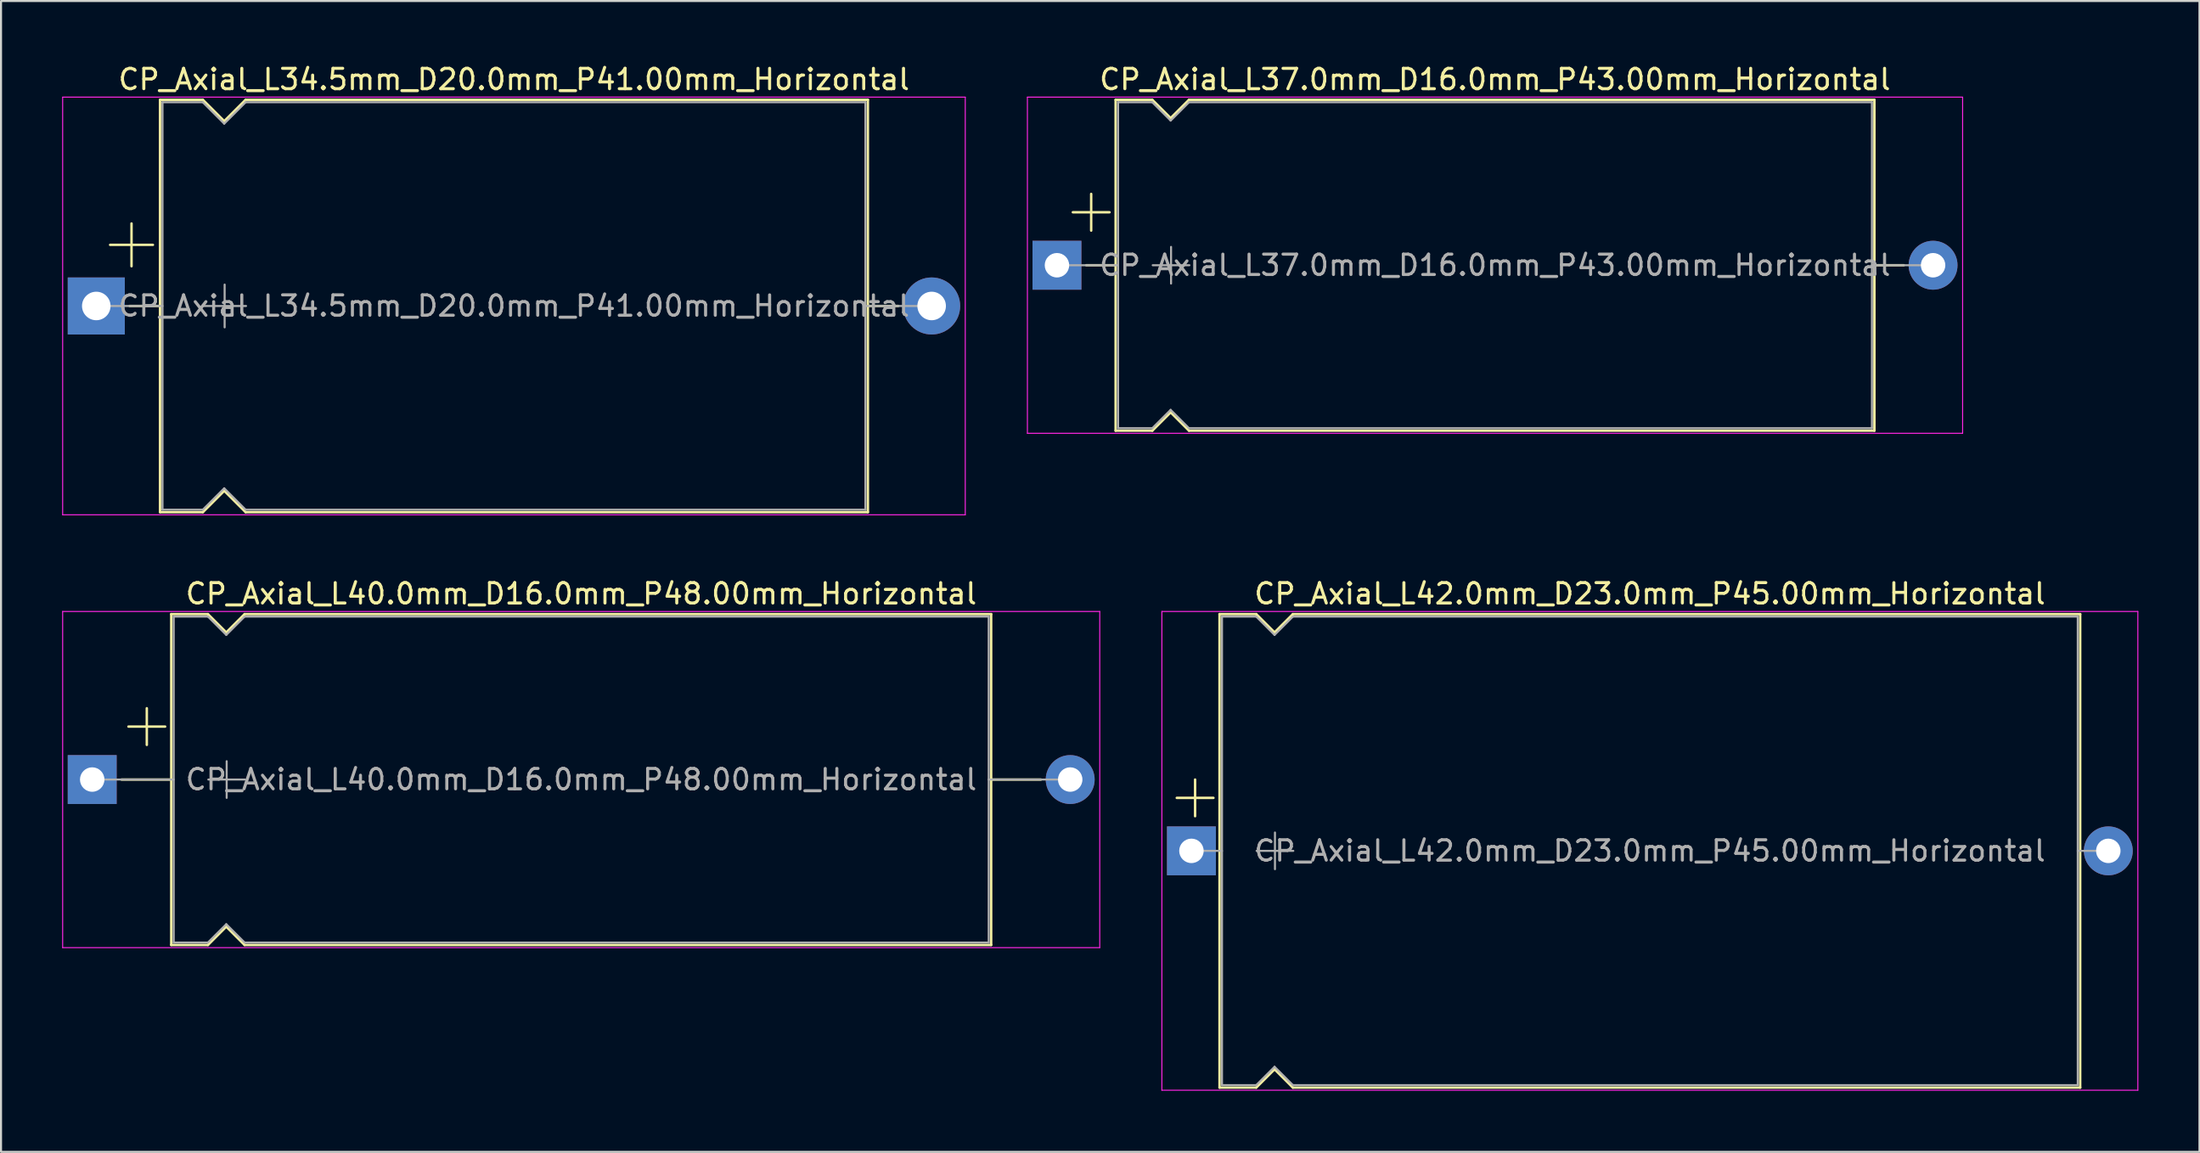
<source format=kicad_pcb>
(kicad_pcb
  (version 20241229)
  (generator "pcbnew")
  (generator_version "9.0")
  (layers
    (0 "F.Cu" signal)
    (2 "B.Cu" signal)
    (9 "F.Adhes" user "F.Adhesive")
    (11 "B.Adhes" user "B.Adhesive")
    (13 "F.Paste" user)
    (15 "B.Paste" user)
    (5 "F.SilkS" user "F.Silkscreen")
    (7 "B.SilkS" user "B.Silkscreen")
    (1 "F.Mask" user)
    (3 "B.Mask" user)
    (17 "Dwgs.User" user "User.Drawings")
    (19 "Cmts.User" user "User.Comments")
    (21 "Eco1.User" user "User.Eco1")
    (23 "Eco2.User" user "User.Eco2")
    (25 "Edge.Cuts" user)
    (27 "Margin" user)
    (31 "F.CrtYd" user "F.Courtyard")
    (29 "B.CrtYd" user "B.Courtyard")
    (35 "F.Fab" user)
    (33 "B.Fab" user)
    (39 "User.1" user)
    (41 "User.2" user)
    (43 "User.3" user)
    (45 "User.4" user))
  (footprint "CP_Axial_L42.0mm_D23.0mm_P45.00mm_Horizontal"
    (layer "F.Cu")
    (at 55.425 38.712)
    (property "Reference" "CP_Axial_L42.0mm_D23.0mm_P45.00mm_Horizontal" (at 22.5 -12.62 0) (layer "F.SilkS") (effects (font (size 1 1) (thickness 0.15))))
    (attr through_hole)
    (fp_line (start -0.72 -2.6) (end 1.08 -2.6) (stroke (width 0.12) (type solid)) (layer "F.SilkS"))
    (fp_line (start 0.18 -3.5) (end 0.18 -1.7) (stroke (width 0.12) (type solid)) (layer "F.SilkS"))
    (fp_line (start 1.38 -11.62) (end 1.38 11.62) (stroke (width 0.12) (type solid)) (layer "F.SilkS"))
    (fp_line (start 1.38 -11.62) (end 3.18 -11.62) (stroke (width 0.12) (type solid)) (layer "F.SilkS"))
    (fp_line (start 1.38 11.62) (end 3.18 11.62) (stroke (width 0.12) (type solid)) (layer "F.SilkS"))
    (fp_line (start 3.18 -11.62) (end 4.08 -10.72) (stroke (width 0.12) (type solid)) (layer "F.SilkS"))
    (fp_line (start 3.18 11.62) (end 4.08 10.72) (stroke (width 0.12) (type solid)) (layer "F.SilkS"))
    (fp_line (start 4.08 -10.72) (end 4.98 -11.62) (stroke (width 0.12) (type solid)) (layer "F.SilkS"))
    (fp_line (start 4.08 10.72) (end 4.98 11.62) (stroke (width 0.12) (type solid)) (layer "F.SilkS"))
    (fp_line (start 4.98 -11.62) (end 43.62 -11.62) (stroke (width 0.12) (type solid)) (layer "F.SilkS"))
    (fp_line (start 4.98 11.62) (end 43.62 11.62) (stroke (width 0.12) (type solid)) (layer "F.SilkS"))
    (fp_line (start 43.62 -11.62) (end 43.62 11.62) (stroke (width 0.12) (type solid)) (layer "F.SilkS"))
    (fp_line (start -1.45 -11.75) (end -1.45 11.75) (stroke (width 0.05) (type solid)) (layer "F.CrtYd"))
    (fp_line (start -1.45 11.75) (end 46.45 11.75) (stroke (width 0.05) (type solid)) (layer "F.CrtYd"))
    (fp_line (start 46.45 -11.75) (end -1.45 -11.75) (stroke (width 0.05) (type solid)) (layer "F.CrtYd"))
    (fp_line (start 46.45 11.75) (end 46.45 -11.75) (stroke (width 0.05) (type solid)) (layer "F.CrtYd"))
    (fp_line (start 0 0) (end 1.5 0) (stroke (width 0.1) (type solid)) (layer "F.Fab"))
    (fp_line (start 1.5 -11.5) (end 1.5 11.5) (stroke (width 0.1) (type solid)) (layer "F.Fab"))
    (fp_line (start 1.5 -11.5) (end 3.18 -11.5) (stroke (width 0.1) (type solid)) (layer "F.Fab"))
    (fp_line (start 1.5 11.5) (end 3.18 11.5) (stroke (width 0.1) (type solid)) (layer "F.Fab"))
    (fp_line (start 3.18 -11.5) (end 4.08 -10.6) (stroke (width 0.1) (type solid)) (layer "F.Fab"))
    (fp_line (start 3.18 11.5) (end 4.08 10.6) (stroke (width 0.1) (type solid)) (layer "F.Fab"))
    (fp_line (start 3.2 0) (end 5 0) (stroke (width 0.1) (type solid)) (layer "F.Fab"))
    (fp_line (start 4.08 -10.6) (end 4.98 -11.5) (stroke (width 0.1) (type solid)) (layer "F.Fab"))
    (fp_line (start 4.08 10.6) (end 4.98 11.5) (stroke (width 0.1) (type solid)) (layer "F.Fab"))
    (fp_line (start 4.1 -0.9) (end 4.1 0.9) (stroke (width 0.1) (type solid)) (layer "F.Fab"))
    (fp_line (start 4.98 -11.5) (end 43.5 -11.5) (stroke (width 0.1) (type solid)) (layer "F.Fab"))
    (fp_line (start 4.98 11.5) (end 43.5 11.5) (stroke (width 0.1) (type solid)) (layer "F.Fab"))
    (fp_line (start 43.5 -11.5) (end 43.5 11.5) (stroke (width 0.1) (type solid)) (layer "F.Fab"))
    (fp_line (start 45 0) (end 43.5 0) (stroke (width 0.1) (type solid)) (layer "F.Fab"))
    (fp_text user "${REFERENCE}" (at 22.5 0 0) (layer "F.Fab") (effects (font (size 1 1) (thickness 0.15))))
    (pad "1" thru_hole rect (at 0 0) (size 2.4 2.4) (drill 1.2) (layers "*.Cu" "*.Mask"))
    (pad "2" thru_hole oval (at 45 0) (size 2.4 2.4) (drill 1.2) (layers "*.Cu" "*.Mask")))
  (footprint "CP_Axial_L34.5mm_D20.0mm_P41.00mm_Horizontal"
    (layer "F.Cu")
    (at 1.675 11.968)
    (property "Reference" "CP_Axial_L34.5mm_D20.0mm_P41.00mm_Horizontal" (at 20.5 -11.12 0) (layer "F.SilkS") (effects (font (size 1 1) (thickness 0.15))))
    (attr through_hole)
    (fp_line (start 0.68 -3) (end 2.78 -3) (stroke (width 0.12) (type solid)) (layer "F.SilkS"))
    (fp_line (start 1.64 0) (end 3.13 0) (stroke (width 0.12) (type solid)) (layer "F.SilkS"))
    (fp_line (start 1.73 -4.05) (end 1.73 -1.95) (stroke (width 0.12) (type solid)) (layer "F.SilkS"))
    (fp_line (start 3.13 -10.12) (end 3.13 10.12) (stroke (width 0.12) (type solid)) (layer "F.SilkS"))
    (fp_line (start 3.13 -10.12) (end 5.23 -10.12) (stroke (width 0.12) (type solid)) (layer "F.SilkS"))
    (fp_line (start 3.13 10.12) (end 5.23 10.12) (stroke (width 0.12) (type solid)) (layer "F.SilkS"))
    (fp_line (start 5.23 -10.12) (end 6.28 -9.07) (stroke (width 0.12) (type solid)) (layer "F.SilkS"))
    (fp_line (start 5.23 10.12) (end 6.28 9.07) (stroke (width 0.12) (type solid)) (layer "F.SilkS"))
    (fp_line (start 6.28 -9.07) (end 7.33 -10.12) (stroke (width 0.12) (type solid)) (layer "F.SilkS"))
    (fp_line (start 6.28 9.07) (end 7.33 10.12) (stroke (width 0.12) (type solid)) (layer "F.SilkS"))
    (fp_line (start 7.33 -10.12) (end 37.87 -10.12) (stroke (width 0.12) (type solid)) (layer "F.SilkS"))
    (fp_line (start 7.33 10.12) (end 37.87 10.12) (stroke (width 0.12) (type solid)) (layer "F.SilkS"))
    (fp_line (start 37.87 -10.12) (end 37.87 10.12) (stroke (width 0.12) (type solid)) (layer "F.SilkS"))
    (fp_line (start 39.36 0) (end 37.87 0) (stroke (width 0.12) (type solid)) (layer "F.SilkS"))
    (fp_line (start -1.65 -10.25) (end -1.65 10.25) (stroke (width 0.05) (type solid)) (layer "F.CrtYd"))
    (fp_line (start -1.65 10.25) (end 42.65 10.25) (stroke (width 0.05) (type solid)) (layer "F.CrtYd"))
    (fp_line (start 42.65 -10.25) (end -1.65 -10.25) (stroke (width 0.05) (type solid)) (layer "F.CrtYd"))
    (fp_line (start 42.65 10.25) (end 42.65 -10.25) (stroke (width 0.05) (type solid)) (layer "F.CrtYd"))
    (fp_line (start 0 0) (end 3.25 0) (stroke (width 0.1) (type solid)) (layer "F.Fab"))
    (fp_line (start 3.25 -10) (end 3.25 10) (stroke (width 0.1) (type solid)) (layer "F.Fab"))
    (fp_line (start 3.25 -10) (end 5.23 -10) (stroke (width 0.1) (type solid)) (layer "F.Fab"))
    (fp_line (start 3.25 10) (end 5.23 10) (stroke (width 0.1) (type solid)) (layer "F.Fab"))
    (fp_line (start 5.23 -10) (end 6.28 -8.95) (stroke (width 0.1) (type solid)) (layer "F.Fab"))
    (fp_line (start 5.23 10) (end 6.28 8.95) (stroke (width 0.1) (type solid)) (layer "F.Fab"))
    (fp_line (start 5.25 0) (end 7.35 0) (stroke (width 0.1) (type solid)) (layer "F.Fab"))
    (fp_line (start 6.28 -8.95) (end 7.33 -10) (stroke (width 0.1) (type solid)) (layer "F.Fab"))
    (fp_line (start 6.28 8.95) (end 7.33 10) (stroke (width 0.1) (type solid)) (layer "F.Fab"))
    (fp_line (start 6.3 -1.05) (end 6.3 1.05) (stroke (width 0.1) (type solid)) (layer "F.Fab"))
    (fp_line (start 7.33 -10) (end 37.75 -10) (stroke (width 0.1) (type solid)) (layer "F.Fab"))
    (fp_line (start 7.33 10) (end 37.75 10) (stroke (width 0.1) (type solid)) (layer "F.Fab"))
    (fp_line (start 37.75 -10) (end 37.75 10) (stroke (width 0.1) (type solid)) (layer "F.Fab"))
    (fp_line (start 41 0) (end 37.75 0) (stroke (width 0.1) (type solid)) (layer "F.Fab"))
    (fp_text user "${REFERENCE}" (at 20.5 0 0) (layer "F.Fab") (effects (font (size 1 1) (thickness 0.15))))
    (pad "1" thru_hole rect (at 0 0) (size 2.8 2.8) (drill 1.4) (layers "*.Cu" "*.Mask"))
    (pad "2" thru_hole oval (at 41 0) (size 2.8 2.8) (drill 1.4) (layers "*.Cu" "*.Mask")))
  (footprint "CP_Axial_L37.0mm_D16.0mm_P43.00mm_Horizontal"
    (layer "F.Cu")
    (at 48.825 9.968)
    (property "Reference" "CP_Axial_L37.0mm_D16.0mm_P43.00mm_Horizontal" (at 21.5 -9.12 0) (layer "F.SilkS") (effects (font (size 1 1) (thickness 0.15))))
    (attr through_hole)
    (fp_line (start 0.78 -2.6) (end 2.58 -2.6) (stroke (width 0.12) (type solid)) (layer "F.SilkS"))
    (fp_line (start 1.44 0) (end 2.88 0) (stroke (width 0.12) (type solid)) (layer "F.SilkS"))
    (fp_line (start 1.68 -3.5) (end 1.68 -1.7) (stroke (width 0.12) (type solid)) (layer "F.SilkS"))
    (fp_line (start 2.88 -8.12) (end 2.88 8.12) (stroke (width 0.12) (type solid)) (layer "F.SilkS"))
    (fp_line (start 2.88 -8.12) (end 4.68 -8.12) (stroke (width 0.12) (type solid)) (layer "F.SilkS"))
    (fp_line (start 2.88 8.12) (end 4.68 8.12) (stroke (width 0.12) (type solid)) (layer "F.SilkS"))
    (fp_line (start 4.68 -8.12) (end 5.58 -7.22) (stroke (width 0.12) (type solid)) (layer "F.SilkS"))
    (fp_line (start 4.68 8.12) (end 5.58 7.22) (stroke (width 0.12) (type solid)) (layer "F.SilkS"))
    (fp_line (start 5.58 -7.22) (end 6.48 -8.12) (stroke (width 0.12) (type solid)) (layer "F.SilkS"))
    (fp_line (start 5.58 7.22) (end 6.48 8.12) (stroke (width 0.12) (type solid)) (layer "F.SilkS"))
    (fp_line (start 6.48 -8.12) (end 40.12 -8.12) (stroke (width 0.12) (type solid)) (layer "F.SilkS"))
    (fp_line (start 6.48 8.12) (end 40.12 8.12) (stroke (width 0.12) (type solid)) (layer "F.SilkS"))
    (fp_line (start 40.12 -8.12) (end 40.12 8.12) (stroke (width 0.12) (type solid)) (layer "F.SilkS"))
    (fp_line (start 41.56 0) (end 40.12 0) (stroke (width 0.12) (type solid)) (layer "F.SilkS"))
    (fp_line (start -1.45 -8.25) (end -1.45 8.25) (stroke (width 0.05) (type solid)) (layer "F.CrtYd"))
    (fp_line (start -1.45 8.25) (end 44.45 8.25) (stroke (width 0.05) (type solid)) (layer "F.CrtYd"))
    (fp_line (start 44.45 -8.25) (end -1.45 -8.25) (stroke (width 0.05) (type solid)) (layer "F.CrtYd"))
    (fp_line (start 44.45 8.25) (end 44.45 -8.25) (stroke (width 0.05) (type solid)) (layer "F.CrtYd"))
    (fp_line (start 0 0) (end 3 0) (stroke (width 0.1) (type solid)) (layer "F.Fab"))
    (fp_line (start 3 -8) (end 3 8) (stroke (width 0.1) (type solid)) (layer "F.Fab"))
    (fp_line (start 3 -8) (end 4.68 -8) (stroke (width 0.1) (type solid)) (layer "F.Fab"))
    (fp_line (start 3 8) (end 4.68 8) (stroke (width 0.1) (type solid)) (layer "F.Fab"))
    (fp_line (start 4.68 -8) (end 5.58 -7.1) (stroke (width 0.1) (type solid)) (layer "F.Fab"))
    (fp_line (start 4.68 8) (end 5.58 7.1) (stroke (width 0.1) (type solid)) (layer "F.Fab"))
    (fp_line (start 4.7 0) (end 6.5 0) (stroke (width 0.1) (type solid)) (layer "F.Fab"))
    (fp_line (start 5.58 -7.1) (end 6.48 -8) (stroke (width 0.1) (type solid)) (layer "F.Fab"))
    (fp_line (start 5.58 7.1) (end 6.48 8) (stroke (width 0.1) (type solid)) (layer "F.Fab"))
    (fp_line (start 5.6 -0.9) (end 5.6 0.9) (stroke (width 0.1) (type solid)) (layer "F.Fab"))
    (fp_line (start 6.48 -8) (end 40 -8) (stroke (width 0.1) (type solid)) (layer "F.Fab"))
    (fp_line (start 6.48 8) (end 40 8) (stroke (width 0.1) (type solid)) (layer "F.Fab"))
    (fp_line (start 40 -8) (end 40 8) (stroke (width 0.1) (type solid)) (layer "F.Fab"))
    (fp_line (start 43 0) (end 40 0) (stroke (width 0.1) (type solid)) (layer "F.Fab"))
    (fp_text user "${REFERENCE}" (at 21.5 0 0) (layer "F.Fab") (effects (font (size 1 1) (thickness 0.15))))
    (pad "1" thru_hole rect (at 0 0) (size 2.4 2.4) (drill 1.2) (layers "*.Cu" "*.Mask"))
    (pad "2" thru_hole oval (at 43 0) (size 2.4 2.4) (drill 1.2) (layers "*.Cu" "*.Mask")))
  (footprint "CP_Axial_L40.0mm_D16.0mm_P48.00mm_Horizontal"
    (layer "F.Cu")
    (at 1.475 35.212)
    (property "Reference" "CP_Axial_L40.0mm_D16.0mm_P48.00mm_Horizontal" (at 24 -9.12 0) (layer "F.SilkS") (effects (font (size 1 1) (thickness 0.15))))
    (attr through_hole)
    (fp_line (start 1.44 0) (end 3.88 0) (stroke (width 0.12) (type solid)) (layer "F.SilkS"))
    (fp_line (start 1.78 -2.6) (end 3.58 -2.6) (stroke (width 0.12) (type solid)) (layer "F.SilkS"))
    (fp_line (start 2.68 -3.5) (end 2.68 -1.7) (stroke (width 0.12) (type solid)) (layer "F.SilkS"))
    (fp_line (start 3.88 -8.12) (end 3.88 8.12) (stroke (width 0.12) (type solid)) (layer "F.SilkS"))
    (fp_line (start 3.88 -8.12) (end 5.68 -8.12) (stroke (width 0.12) (type solid)) (layer "F.SilkS"))
    (fp_line (start 3.88 8.12) (end 5.68 8.12) (stroke (width 0.12) (type solid)) (layer "F.SilkS"))
    (fp_line (start 5.68 -8.12) (end 6.58 -7.22) (stroke (width 0.12) (type solid)) (layer "F.SilkS"))
    (fp_line (start 5.68 8.12) (end 6.58 7.22) (stroke (width 0.12) (type solid)) (layer "F.SilkS"))
    (fp_line (start 6.58 -7.22) (end 7.48 -8.12) (stroke (width 0.12) (type solid)) (layer "F.SilkS"))
    (fp_line (start 6.58 7.22) (end 7.48 8.12) (stroke (width 0.12) (type solid)) (layer "F.SilkS"))
    (fp_line (start 7.48 -8.12) (end 44.12 -8.12) (stroke (width 0.12) (type solid)) (layer "F.SilkS"))
    (fp_line (start 7.48 8.12) (end 44.12 8.12) (stroke (width 0.12) (type solid)) (layer "F.SilkS"))
    (fp_line (start 44.12 -8.12) (end 44.12 8.12) (stroke (width 0.12) (type solid)) (layer "F.SilkS"))
    (fp_line (start 46.56 0) (end 44.12 0) (stroke (width 0.12) (type solid)) (layer "F.SilkS"))
    (fp_line (start -1.45 -8.25) (end -1.45 8.25) (stroke (width 0.05) (type solid)) (layer "F.CrtYd"))
    (fp_line (start -1.45 8.25) (end 49.45 8.25) (stroke (width 0.05) (type solid)) (layer "F.CrtYd"))
    (fp_line (start 49.45 -8.25) (end -1.45 -8.25) (stroke (width 0.05) (type solid)) (layer "F.CrtYd"))
    (fp_line (start 49.45 8.25) (end 49.45 -8.25) (stroke (width 0.05) (type solid)) (layer "F.CrtYd"))
    (fp_line (start 0 0) (end 4 0) (stroke (width 0.1) (type solid)) (layer "F.Fab"))
    (fp_line (start 4 -8) (end 4 8) (stroke (width 0.1) (type solid)) (layer "F.Fab"))
    (fp_line (start 4 -8) (end 5.68 -8) (stroke (width 0.1) (type solid)) (layer "F.Fab"))
    (fp_line (start 4 8) (end 5.68 8) (stroke (width 0.1) (type solid)) (layer "F.Fab"))
    (fp_line (start 5.68 -8) (end 6.58 -7.1) (stroke (width 0.1) (type solid)) (layer "F.Fab"))
    (fp_line (start 5.68 8) (end 6.58 7.1) (stroke (width 0.1) (type solid)) (layer "F.Fab"))
    (fp_line (start 5.7 0) (end 7.5 0) (stroke (width 0.1) (type solid)) (layer "F.Fab"))
    (fp_line (start 6.58 -7.1) (end 7.48 -8) (stroke (width 0.1) (type solid)) (layer "F.Fab"))
    (fp_line (start 6.58 7.1) (end 7.48 8) (stroke (width 0.1) (type solid)) (layer "F.Fab"))
    (fp_line (start 6.6 -0.9) (end 6.6 0.9) (stroke (width 0.1) (type solid)) (layer "F.Fab"))
    (fp_line (start 7.48 -8) (end 44 -8) (stroke (width 0.1) (type solid)) (layer "F.Fab"))
    (fp_line (start 7.48 8) (end 44 8) (stroke (width 0.1) (type solid)) (layer "F.Fab"))
    (fp_line (start 44 -8) (end 44 8) (stroke (width 0.1) (type solid)) (layer "F.Fab"))
    (fp_line (start 48 0) (end 44 0) (stroke (width 0.1) (type solid)) (layer "F.Fab"))
    (fp_text user "${REFERENCE}" (at 24 0 0) (layer "F.Fab") (effects (font (size 1 1) (thickness 0.15))))
    (pad "1" thru_hole rect (at 0 0) (size 2.4 2.4) (drill 1.2) (layers "*.Cu" "*.Mask"))
    (pad "2" thru_hole oval (at 48 0) (size 2.4 2.4) (drill 1.2) (layers "*.Cu" "*.Mask")))
  (gr_rect
    (start -3 -3)
    (end 104.9 53.486)
    (stroke (width 0.1) (type default))
    (fill no)
    (layer "Edge.Cuts")))
</source>
